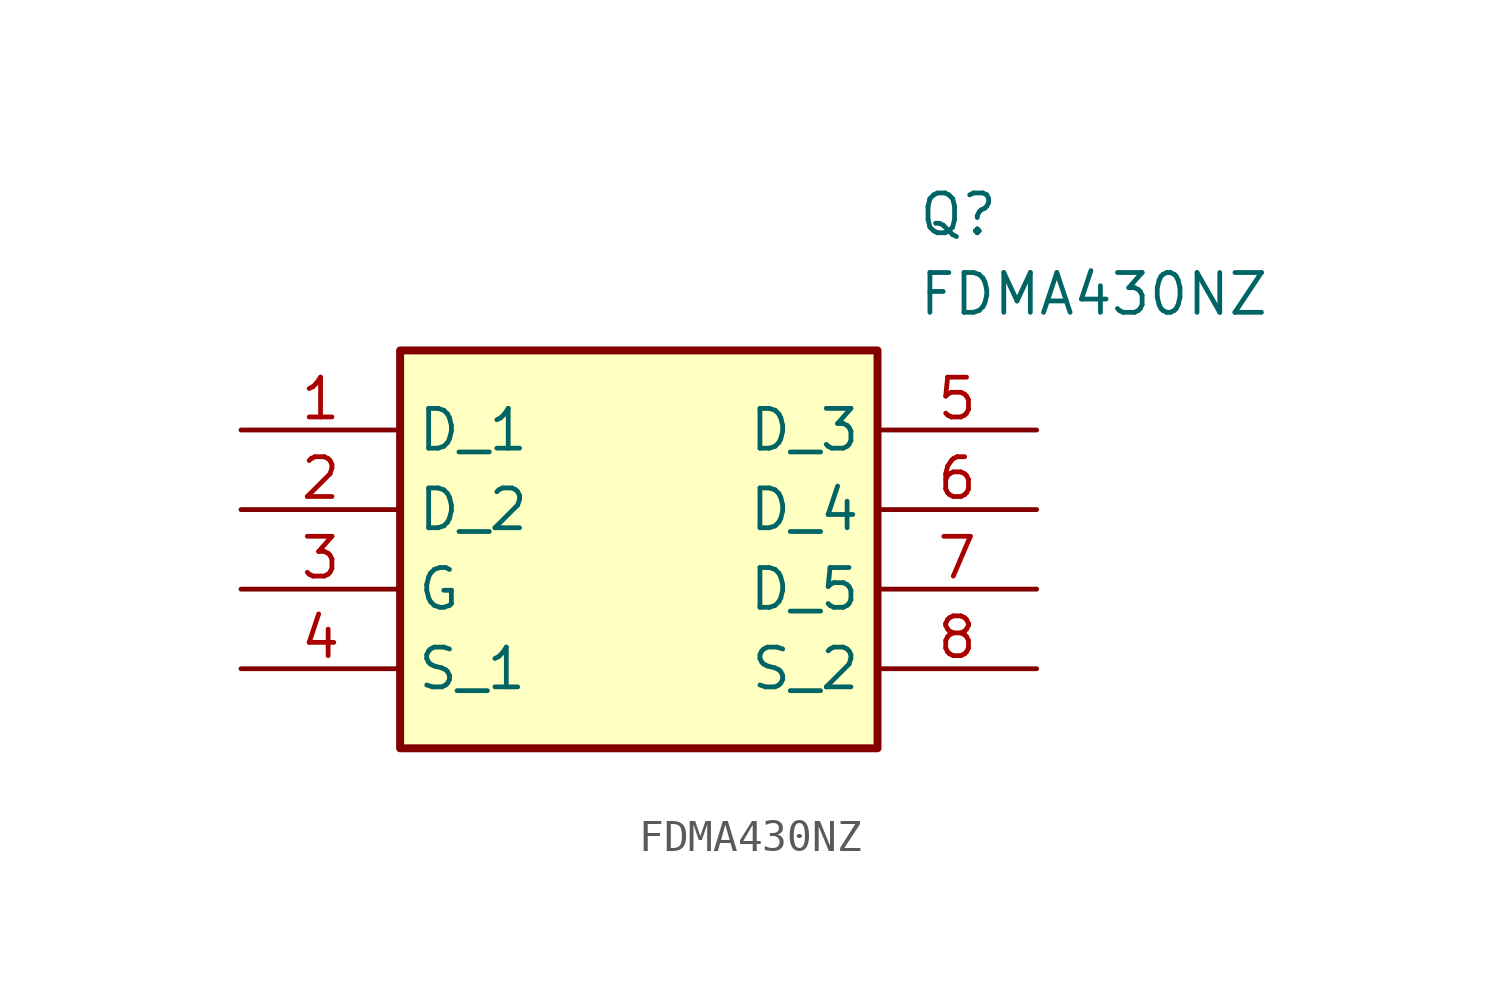
<source format=kicad_sym>
(kicad_symbol_lib
  (version 20211014)
  (generator SamacSys_ECAD_Model)
  (symbol "FDMA430NZ"
    (property "Reference" "Q"
      (at 21.59 7.62 0)
      (effects (font (size 1.27 1.27)) (justify left top)))
    (property "Value" "FDMA430NZ"
      (at 21.59 5.08 0)
      (effects (font (size 1.27 1.27)) (justify left top)))
    (rectangle
      (start 5.08 2.54)
      (end 20.32 -10.16)
      (stroke (width 0.254) (type default))
      (fill (type background)))
    (pin passive line
      (at 0 0 0)
      (length 5.08)
      (name "D_1" (effects (font (size 1.27 1.27))))
      (number "1" (effects (font (size 1.27 1.27)))))
    (pin passive line
      (at 0 -2.54 0)
      (length 5.08)
      (name "D_2" (effects (font (size 1.27 1.27))))
      (number "2" (effects (font (size 1.27 1.27)))))
    (pin passive line
      (at 0 -5.08 0)
      (length 5.08)
      (name "G" (effects (font (size 1.27 1.27))))
      (number "3" (effects (font (size 1.27 1.27)))))
    (pin passive line
      (at 0 -7.62 0)
      (length 5.08)
      (name "S_1" (effects (font (size 1.27 1.27))))
      (number "4" (effects (font (size 1.27 1.27)))))
    (pin passive line
      (at 25.4 0 180)
      (length 5.08)
      (name "D_3" (effects (font (size 1.27 1.27))))
      (number "5" (effects (font (size 1.27 1.27)))))
    (pin passive line
      (at 25.4 -2.54 180)
      (length 5.08)
      (name "D_4" (effects (font (size 1.27 1.27))))
      (number "6" (effects (font (size 1.27 1.27)))))
    (pin passive line
      (at 25.4 -5.08 180)
      (length 5.08)
      (name "D_5" (effects (font (size 1.27 1.27))))
      (number "7" (effects (font (size 1.27 1.27)))))
    (pin passive line
      (at 25.4 -7.62 180)
      (length 5.08)
      (name "S_2" (effects (font (size 1.27 1.27))))
      (number "8" (effects (font (size 1.27 1.27)))))))
</source>
